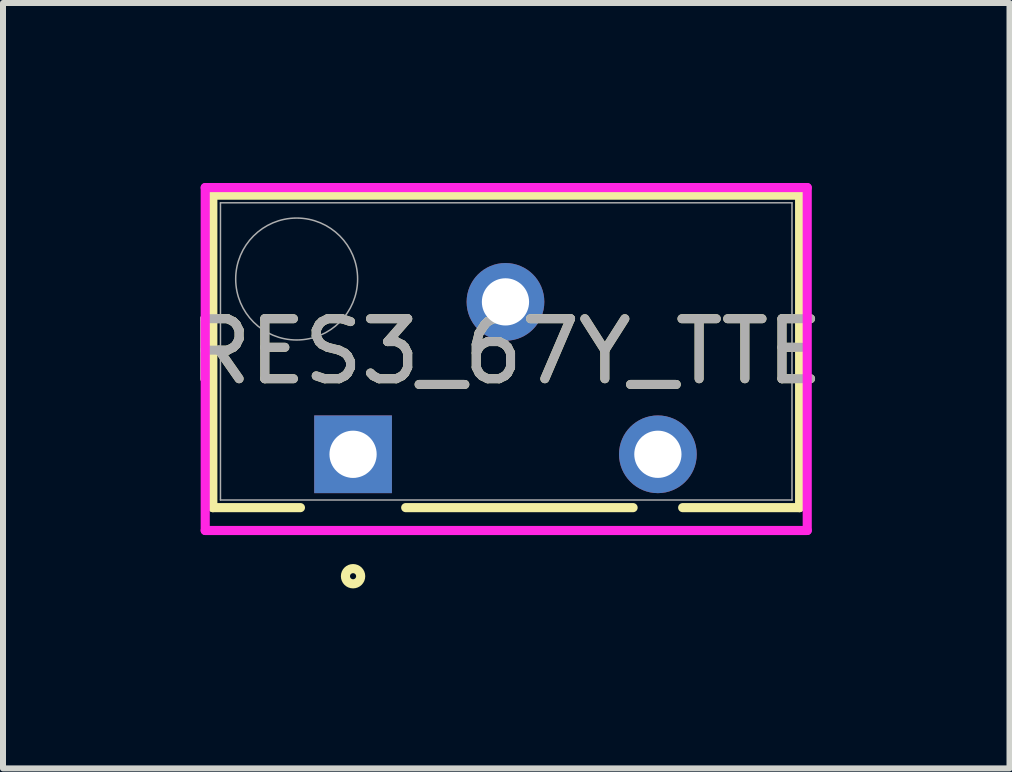
<source format=kicad_pcb>
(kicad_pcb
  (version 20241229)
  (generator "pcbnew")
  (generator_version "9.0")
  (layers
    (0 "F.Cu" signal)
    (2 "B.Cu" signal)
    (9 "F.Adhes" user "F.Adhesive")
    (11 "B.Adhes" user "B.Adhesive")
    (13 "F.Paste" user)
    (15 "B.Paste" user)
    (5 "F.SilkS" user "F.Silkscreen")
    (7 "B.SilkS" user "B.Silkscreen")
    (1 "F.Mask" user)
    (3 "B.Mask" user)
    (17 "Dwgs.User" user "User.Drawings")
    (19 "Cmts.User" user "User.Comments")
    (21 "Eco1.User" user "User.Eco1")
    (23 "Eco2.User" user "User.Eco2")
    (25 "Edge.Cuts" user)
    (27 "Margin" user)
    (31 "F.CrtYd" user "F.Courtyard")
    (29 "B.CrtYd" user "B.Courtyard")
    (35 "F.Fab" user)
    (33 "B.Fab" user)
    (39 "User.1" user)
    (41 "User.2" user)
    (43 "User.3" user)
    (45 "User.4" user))
  (footprint "RES3_67Y_TTE"
    (layer "F.Cu")
    (at 2.834 4.521)
    (property "Reference" "RES3_67Y_TTE" (at 2.553 -1.714 0) (unlocked yes) (layer "F.SilkS") (effects (font (size 1 1) (thickness 0.15))))
    (attr through_hole)
    (fp_line (start -2.337 -4.318) (end -2.337 0.889) (stroke (width 0.152) (type solid)) (layer "F.SilkS"))
    (fp_line (start -2.337 0.889) (end -0.877 0.889) (stroke (width 0.152) (type solid)) (layer "F.SilkS"))
    (fp_line (start 0.877 0.889) (end 4.667 0.889) (stroke (width 0.152) (type solid)) (layer "F.SilkS"))
    (fp_line (start 5.493 0.889) (end 7.442 0.889) (stroke (width 0.152) (type solid)) (layer "F.SilkS"))
    (fp_line (start 7.442 -4.318) (end -2.337 -4.318) (stroke (width 0.152) (type solid)) (layer "F.SilkS"))
    (fp_line (start 7.442 0.889) (end 7.442 -4.318) (stroke (width 0.152) (type solid)) (layer "F.SilkS"))
    (fp_circle (center 0 2.032) (end 0.127 2.032) (stroke (width 0.152) (type solid)) (fill no) (layer "F.SilkS"))
    (fp_line (start -2.464 -4.445) (end 7.569 -4.445) (stroke (width 0.152) (type solid)) (layer "F.CrtYd"))
    (fp_line (start -2.464 1.27) (end -2.464 -4.445) (stroke (width 0.152) (type solid)) (layer "F.CrtYd"))
    (fp_line (start 7.569 -4.445) (end 7.569 1.27) (stroke (width 0.152) (type solid)) (layer "F.CrtYd"))
    (fp_line (start 7.569 1.27) (end -2.464 1.27) (stroke (width 0.152) (type solid)) (layer "F.CrtYd"))
    (fp_line (start -2.21 -4.191) (end -2.21 0.762) (stroke (width 0.025) (type solid)) (layer "F.Fab"))
    (fp_line (start -2.21 0.762) (end 7.315 0.762) (stroke (width 0.025) (type solid)) (layer "F.Fab"))
    (fp_line (start 7.315 -4.191) (end -2.21 -4.191) (stroke (width 0.025) (type solid)) (layer "F.Fab"))
    (fp_line (start 7.315 0.762) (end 7.315 -4.191) (stroke (width 0.025) (type solid)) (layer "F.Fab"))
    (fp_circle (center -0.94 -2.921) (end 0.076 -2.921) (stroke (width 0.025) (type solid)) (fill no) (layer "F.Fab"))
    (fp_circle (center 0 0.254) (end 0.127 0.254) (stroke (width 0.025) (type solid)) (fill no) (layer "F.Fab"))
    (fp_text user "${REFERENCE}" (at 2.553 -1.714 0) (unlocked yes) (layer "F.Fab") (effects (font (size 1 1) (thickness 0.15))))
    (pad "1" thru_hole rect (at 0 0) (size 1.295 1.295) (drill 0.787) (layers "*.Cu" "*.Mask"))
    (pad "2" thru_hole circle (at 2.54 -2.54) (size 1.295 1.295) (drill 0.787) (layers "*.Cu" "*.Mask"))
    (pad "3" thru_hole circle (at 5.08 0) (size 1.295 1.295) (drill 0.787) (layers "*.Cu" "*.Mask")))
  (gr_rect
    (start -3 -3)
    (end 13.774 9.756)
    (stroke (width 0.1) (type default))
    (fill no)
    (layer "Edge.Cuts")))
</source>
